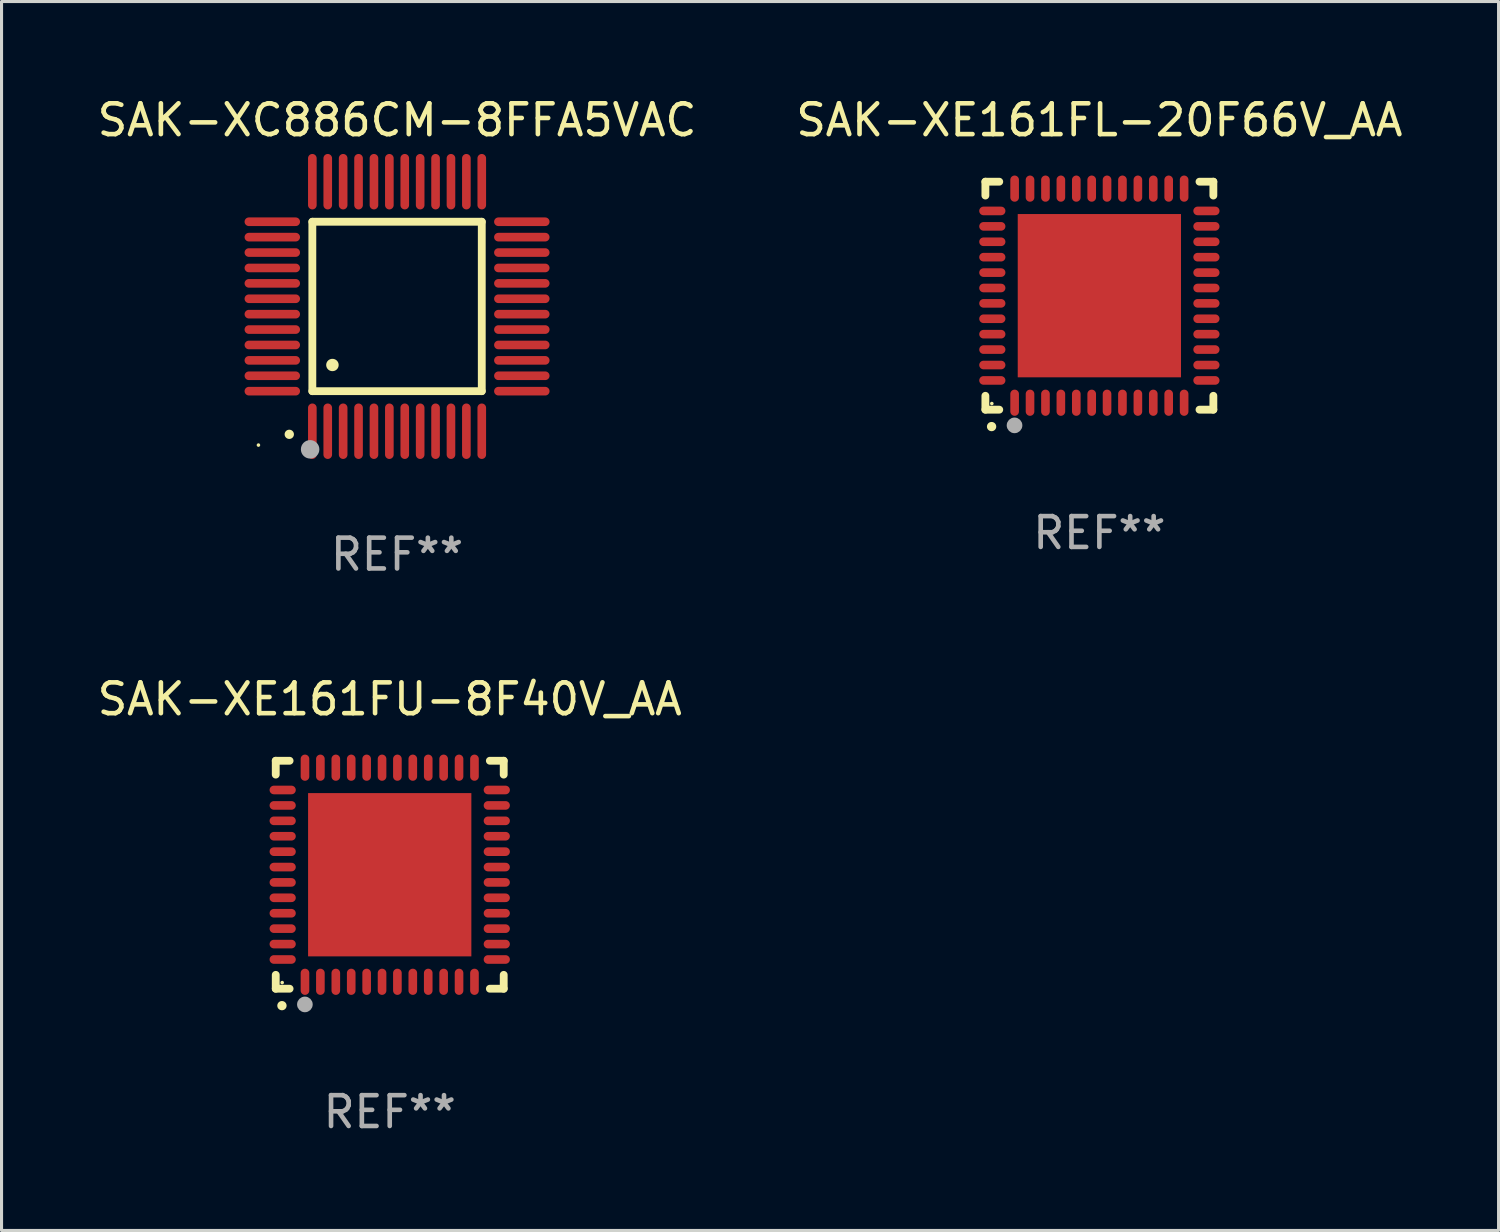
<source format=kicad_pcb>
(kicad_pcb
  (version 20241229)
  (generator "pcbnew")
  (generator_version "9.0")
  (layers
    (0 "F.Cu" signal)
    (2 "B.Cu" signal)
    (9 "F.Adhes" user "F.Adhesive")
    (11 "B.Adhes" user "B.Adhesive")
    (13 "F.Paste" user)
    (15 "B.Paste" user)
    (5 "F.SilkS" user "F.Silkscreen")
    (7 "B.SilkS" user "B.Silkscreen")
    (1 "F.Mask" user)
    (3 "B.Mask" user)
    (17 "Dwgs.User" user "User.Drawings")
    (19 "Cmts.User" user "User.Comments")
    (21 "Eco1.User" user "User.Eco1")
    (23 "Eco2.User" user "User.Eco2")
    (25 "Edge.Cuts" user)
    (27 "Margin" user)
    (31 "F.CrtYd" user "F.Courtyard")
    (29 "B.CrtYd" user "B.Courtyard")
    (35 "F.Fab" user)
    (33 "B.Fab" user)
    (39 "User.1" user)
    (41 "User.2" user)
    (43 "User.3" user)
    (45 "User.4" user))
  (footprint "SAK-XC886CM-8FFA5VAC"
    (layer "F.Cu")
    (at 9.839 6.898)
    (property "Reference" "SAK-XC886CM-8FFA5VAC" (at 0 -6.05 0) (layer "F.SilkS") (effects (font (size 1 1) (thickness 0.15))))
    (attr through_hole)
    (fp_line (start -2.75 -2.75) (end 2.75 -2.75) (stroke (width 0.254) (type solid)) (layer "F.SilkS"))
    (fp_line (start -2.75 2.75) (end -2.75 -2.75) (stroke (width 0.254) (type solid)) (layer "F.SilkS"))
    (fp_line (start 2.75 -2.75) (end 2.75 2.75) (stroke (width 0.254) (type solid)) (layer "F.SilkS"))
    (fp_line (start 2.75 2.75) (end -2.75 2.75) (stroke (width 0.254) (type solid)) (layer "F.SilkS"))
    (fp_arc (start -3.500127 4.150368) (mid -3.498857 4.150363) (end -3.497587 4.150368) (stroke (width 0.3) (type solid)) (layer "F.SilkS"))
    (fp_arc (start -2.100584 1.899924) (mid -2.098044 1.899908) (end -2.095504 1.899924) (stroke (width 0.4) (type solid)) (layer "F.SilkS"))
    (fp_circle (center -4.5 4.5) (end -4.47 4.5) (stroke (width 0.06) (type solid)) (fill no) (layer "F.SilkS"))
    (fp_circle (center -2.822 4.638) (end -2.672 4.638) (stroke (width 0.3) (type solid)) (fill no) (layer "F.Fab"))
    (fp_text user "REF**" (at 0 8.05 0) (layer "F.Fab") (effects (font (size 1 1) (thickness 0.15))))
    (pad "1" smd oval (at -2.75 4.05) (size 0.28 1.8) (layers "F.Cu" "F.Mask" "F.Paste"))
    (pad "2" smd oval (at -2.25 4.05) (size 0.28 1.8) (layers "F.Cu" "F.Mask" "F.Paste"))
    (pad "3" smd oval (at -1.75 4.05) (size 0.28 1.8) (layers "F.Cu" "F.Mask" "F.Paste"))
    (pad "4" smd oval (at -1.25 4.05) (size 0.28 1.8) (layers "F.Cu" "F.Mask" "F.Paste"))
    (pad "5" smd oval (at -0.75 4.05) (size 0.28 1.8) (layers "F.Cu" "F.Mask" "F.Paste"))
    (pad "6" smd oval (at -0.25 4.05) (size 0.28 1.8) (layers "F.Cu" "F.Mask" "F.Paste"))
    (pad "7" smd oval (at 0.25 4.05) (size 0.28 1.8) (layers "F.Cu" "F.Mask" "F.Paste"))
    (pad "8" smd oval (at 0.75 4.05) (size 0.28 1.8) (layers "F.Cu" "F.Mask" "F.Paste"))
    (pad "9" smd oval (at 1.25 4.05) (size 0.28 1.8) (layers "F.Cu" "F.Mask" "F.Paste"))
    (pad "10" smd oval (at 1.75 4.05) (size 0.28 1.8) (layers "F.Cu" "F.Mask" "F.Paste"))
    (pad "11" smd oval (at 2.25 4.05) (size 0.28 1.8) (layers "F.Cu" "F.Mask" "F.Paste"))
    (pad "12" smd oval (at 2.75 4.05) (size 0.28 1.8) (layers "F.Cu" "F.Mask" "F.Paste"))
    (pad "13" smd oval (at 4.05 2.75) (size 1.8 0.28) (layers "F.Cu" "F.Mask" "F.Paste"))
    (pad "14" smd oval (at 4.05 2.25) (size 1.8 0.28) (layers "F.Cu" "F.Mask" "F.Paste"))
    (pad "15" smd oval (at 4.05 1.75) (size 1.8 0.28) (layers "F.Cu" "F.Mask" "F.Paste"))
    (pad "16" smd oval (at 4.05 1.25) (size 1.8 0.28) (layers "F.Cu" "F.Mask" "F.Paste"))
    (pad "17" smd oval (at 4.05 0.75) (size 1.8 0.28) (layers "F.Cu" "F.Mask" "F.Paste"))
    (pad "18" smd oval (at 4.05 0.25) (size 1.8 0.28) (layers "F.Cu" "F.Mask" "F.Paste"))
    (pad "19" smd oval (at 4.05 -0.25) (size 1.8 0.28) (layers "F.Cu" "F.Mask" "F.Paste"))
    (pad "20" smd oval (at 4.05 -0.75) (size 1.8 0.28) (layers "F.Cu" "F.Mask" "F.Paste"))
    (pad "21" smd oval (at 4.05 -1.25) (size 1.8 0.28) (layers "F.Cu" "F.Mask" "F.Paste"))
    (pad "22" smd oval (at 4.05 -1.75) (size 1.8 0.28) (layers "F.Cu" "F.Mask" "F.Paste"))
    (pad "23" smd oval (at 4.05 -2.25) (size 1.8 0.28) (layers "F.Cu" "F.Mask" "F.Paste"))
    (pad "24" smd oval (at 4.05 -2.75) (size 1.8 0.28) (layers "F.Cu" "F.Mask" "F.Paste"))
    (pad "25" smd oval (at 2.75 -4.05) (size 0.28 1.8) (layers "F.Cu" "F.Mask" "F.Paste"))
    (pad "26" smd oval (at 2.25 -4.05) (size 0.28 1.8) (layers "F.Cu" "F.Mask" "F.Paste"))
    (pad "27" smd oval (at 1.75 -4.05) (size 0.28 1.8) (layers "F.Cu" "F.Mask" "F.Paste"))
    (pad "28" smd oval (at 1.25 -4.05) (size 0.28 1.8) (layers "F.Cu" "F.Mask" "F.Paste"))
    (pad "29" smd oval (at 0.75 -4.05) (size 0.28 1.8) (layers "F.Cu" "F.Mask" "F.Paste"))
    (pad "30" smd oval (at 0.25 -4.05) (size 0.28 1.8) (layers "F.Cu" "F.Mask" "F.Paste"))
    (pad "31" smd oval (at -0.25 -4.05) (size 0.28 1.8) (layers "F.Cu" "F.Mask" "F.Paste"))
    (pad "32" smd oval (at -0.75 -4.05) (size 0.28 1.8) (layers "F.Cu" "F.Mask" "F.Paste"))
    (pad "33" smd oval (at -1.25 -4.05) (size 0.28 1.8) (layers "F.Cu" "F.Mask" "F.Paste"))
    (pad "34" smd oval (at -1.75 -4.05) (size 0.28 1.8) (layers "F.Cu" "F.Mask" "F.Paste"))
    (pad "35" smd oval (at -2.25 -4.05) (size 0.28 1.8) (layers "F.Cu" "F.Mask" "F.Paste"))
    (pad "36" smd oval (at -2.75 -4.05) (size 0.28 1.8) (layers "F.Cu" "F.Mask" "F.Paste"))
    (pad "37" smd oval (at -4.05 -2.75) (size 1.8 0.28) (layers "F.Cu" "F.Mask" "F.Paste"))
    (pad "38" smd oval (at -4.05 -2.25) (size 1.8 0.28) (layers "F.Cu" "F.Mask" "F.Paste"))
    (pad "39" smd oval (at -4.05 -1.75) (size 1.8 0.28) (layers "F.Cu" "F.Mask" "F.Paste"))
    (pad "40" smd oval (at -4.05 -1.25) (size 1.8 0.28) (layers "F.Cu" "F.Mask" "F.Paste"))
    (pad "41" smd oval (at -4.05 -0.75) (size 1.8 0.28) (layers "F.Cu" "F.Mask" "F.Paste"))
    (pad "42" smd oval (at -4.05 -0.25) (size 1.8 0.28) (layers "F.Cu" "F.Mask" "F.Paste"))
    (pad "43" smd oval (at -4.05 0.25) (size 1.8 0.28) (layers "F.Cu" "F.Mask" "F.Paste"))
    (pad "44" smd oval (at -4.05 0.75) (size 1.8 0.28) (layers "F.Cu" "F.Mask" "F.Paste"))
    (pad "45" smd oval (at -4.05 1.25) (size 1.8 0.28) (layers "F.Cu" "F.Mask" "F.Paste"))
    (pad "46" smd oval (at -4.05 1.75) (size 1.8 0.28) (layers "F.Cu" "F.Mask" "F.Paste"))
    (pad "47" smd oval (at -4.05 2.25) (size 1.8 0.28) (layers "F.Cu" "F.Mask" "F.Paste"))
    (pad "48" smd oval (at -4.05 2.75) (size 1.8 0.28) (layers "F.Cu" "F.Mask" "F.Paste")))
  (footprint "SAK-XE161FU-8F40V_AA"
    (layer "F.Cu")
    (at 9.601 25.345)
    (property "Reference" "SAK-XE161FU-8F40V_AA" (at 0 -5.7 0) (layer "F.SilkS") (effects (font (size 1 1) (thickness 0.15))))
    (attr through_hole)
    (fp_line (start -3.7 -3.7) (end -3.25 -3.7) (stroke (width 0.254) (type solid)) (layer "F.SilkS"))
    (fp_line (start -3.7 -3.25) (end -3.7 -3.7) (stroke (width 0.254) (type solid)) (layer "F.SilkS"))
    (fp_line (start -3.7 3.7) (end -3.7 3.25) (stroke (width 0.254) (type solid)) (layer "F.SilkS"))
    (fp_line (start -3.25 3.7) (end -3.7 3.7) (stroke (width 0.254) (type solid)) (layer "F.SilkS"))
    (fp_line (start 3.25 3.7) (end 3.7 3.7) (stroke (width 0.254) (type solid)) (layer "F.SilkS"))
    (fp_line (start 3.7 -3.7) (end 3.25 -3.7) (stroke (width 0.254) (type solid)) (layer "F.SilkS"))
    (fp_line (start 3.7 -3.25) (end 3.7 -3.7) (stroke (width 0.254) (type solid)) (layer "F.SilkS"))
    (fp_line (start 3.7 3.7) (end 3.7 3.25) (stroke (width 0.254) (type solid)) (layer "F.SilkS"))
    (fp_arc (start -3.500127 4.249428) (mid -3.498857 4.249423) (end -3.497587 4.249428) (stroke (width 0.3) (type solid)) (layer "F.SilkS"))
    (fp_circle (center -3.491 3.501) (end -3.461 3.501) (stroke (width 0.06) (type solid)) (fill no) (layer "F.SilkS"))
    (fp_circle (center -2.754 4.21) (end -2.627 4.21) (stroke (width 0.254) (type solid)) (fill no) (layer "F.Fab"))
    (fp_text user "REF**" (at 0 7.7 0) (layer "F.Fab") (effects (font (size 1 1) (thickness 0.15))))
    (pad "1" smd oval (at -2.751 3.475) (size 0.28 0.85) (layers "F.Cu" "F.Mask" "F.Paste"))
    (pad "2" smd oval (at -2.251 3.475) (size 0.28 0.85) (layers "F.Cu" "F.Mask" "F.Paste"))
    (pad "3" smd oval (at -1.75 3.475) (size 0.28 0.85) (layers "F.Cu" "F.Mask" "F.Paste"))
    (pad "4" smd oval (at -1.25 3.475) (size 0.28 0.85) (layers "F.Cu" "F.Mask" "F.Paste"))
    (pad "5" smd oval (at -0.749 3.475) (size 0.28 0.85) (layers "F.Cu" "F.Mask" "F.Paste"))
    (pad "6" smd oval (at -0.249 3.475) (size 0.28 0.85) (layers "F.Cu" "F.Mask" "F.Paste"))
    (pad "7" smd oval (at 0.249 3.475) (size 0.28 0.85) (layers "F.Cu" "F.Mask" "F.Paste"))
    (pad "8" smd oval (at 0.749 3.475) (size 0.28 0.85) (layers "F.Cu" "F.Mask" "F.Paste"))
    (pad "9" smd oval (at 1.25 3.475) (size 0.28 0.85) (layers "F.Cu" "F.Mask" "F.Paste"))
    (pad "10" smd oval (at 1.75 3.475) (size 0.28 0.85) (layers "F.Cu" "F.Mask" "F.Paste"))
    (pad "11" smd oval (at 2.25 3.475) (size 0.28 0.85) (layers "F.Cu" "F.Mask" "F.Paste"))
    (pad "12" smd oval (at 2.751 3.475) (size 0.28 0.85) (layers "F.Cu" "F.Mask" "F.Paste"))
    (pad "13" smd oval (at 3.475 2.751) (size 0.85 0.28) (layers "F.Cu" "F.Mask" "F.Paste"))
    (pad "14" smd oval (at 3.475 2.251) (size 0.85 0.28) (layers "F.Cu" "F.Mask" "F.Paste"))
    (pad "15" smd oval (at 3.475 1.75) (size 0.85 0.28) (layers "F.Cu" "F.Mask" "F.Paste"))
    (pad "16" smd oval (at 3.475 1.25) (size 0.85 0.28) (layers "F.Cu" "F.Mask" "F.Paste"))
    (pad "17" smd oval (at 3.475 0.749) (size 0.85 0.28) (layers "F.Cu" "F.Mask" "F.Paste"))
    (pad "18" smd oval (at 3.475 0.249) (size 0.85 0.28) (layers "F.Cu" "F.Mask" "F.Paste"))
    (pad "19" smd oval (at 3.475 -0.249) (size 0.85 0.28) (layers "F.Cu" "F.Mask" "F.Paste"))
    (pad "20" smd oval (at 3.475 -0.749) (size 0.85 0.28) (layers "F.Cu" "F.Mask" "F.Paste"))
    (pad "21" smd oval (at 3.475 -1.25) (size 0.85 0.28) (layers "F.Cu" "F.Mask" "F.Paste"))
    (pad "22" smd oval (at 3.475 -1.75) (size 0.85 0.28) (layers "F.Cu" "F.Mask" "F.Paste"))
    (pad "23" smd oval (at 3.475 -2.25) (size 0.85 0.28) (layers "F.Cu" "F.Mask" "F.Paste"))
    (pad "24" smd oval (at 3.475 -2.751) (size 0.85 0.28) (layers "F.Cu" "F.Mask" "F.Paste"))
    (pad "25" smd oval (at 2.751 -3.475) (size 0.28 0.85) (layers "F.Cu" "F.Mask" "F.Paste"))
    (pad "26" smd oval (at 2.25 -3.475) (size 0.28 0.85) (layers "F.Cu" "F.Mask" "F.Paste"))
    (pad "27" smd oval (at 1.75 -3.475) (size 0.28 0.85) (layers "F.Cu" "F.Mask" "F.Paste"))
    (pad "28" smd oval (at 1.25 -3.475) (size 0.28 0.85) (layers "F.Cu" "F.Mask" "F.Paste"))
    (pad "29" smd oval (at 0.749 -3.475) (size 0.28 0.85) (layers "F.Cu" "F.Mask" "F.Paste"))
    (pad "30" smd oval (at 0.249 -3.475) (size 0.28 0.85) (layers "F.Cu" "F.Mask" "F.Paste"))
    (pad "31" smd oval (at -0.249 -3.475) (size 0.28 0.85) (layers "F.Cu" "F.Mask" "F.Paste"))
    (pad "32" smd oval (at -0.749 -3.475) (size 0.28 0.85) (layers "F.Cu" "F.Mask" "F.Paste"))
    (pad "33" smd oval (at -1.25 -3.475) (size 0.28 0.85) (layers "F.Cu" "F.Mask" "F.Paste"))
    (pad "34" smd oval (at -1.75 -3.475) (size 0.28 0.85) (layers "F.Cu" "F.Mask" "F.Paste"))
    (pad "35" smd oval (at -2.251 -3.475) (size 0.28 0.85) (layers "F.Cu" "F.Mask" "F.Paste"))
    (pad "36" smd oval (at -2.751 -3.475) (size 0.28 0.85) (layers "F.Cu" "F.Mask" "F.Paste"))
    (pad "37" smd oval (at -3.475 -2.751) (size 0.85 0.28) (layers "F.Cu" "F.Mask" "F.Paste"))
    (pad "38" smd oval (at -3.475 -2.25) (size 0.85 0.28) (layers "F.Cu" "F.Mask" "F.Paste"))
    (pad "39" smd oval (at -3.475 -1.75) (size 0.85 0.28) (layers "F.Cu" "F.Mask" "F.Paste"))
    (pad "40" smd oval (at -3.475 -1.25) (size 0.85 0.28) (layers "F.Cu" "F.Mask" "F.Paste"))
    (pad "41" smd oval (at -3.475 -0.749) (size 0.85 0.28) (layers "F.Cu" "F.Mask" "F.Paste"))
    (pad "42" smd oval (at -3.475 -0.249) (size 0.85 0.28) (layers "F.Cu" "F.Mask" "F.Paste"))
    (pad "43" smd oval (at -3.475 0.249) (size 0.85 0.28) (layers "F.Cu" "F.Mask" "F.Paste"))
    (pad "44" smd oval (at -3.475 0.749) (size 0.85 0.28) (layers "F.Cu" "F.Mask" "F.Paste"))
    (pad "45" smd oval (at -3.475 1.25) (size 0.85 0.28) (layers "F.Cu" "F.Mask" "F.Paste"))
    (pad "46" smd oval (at -3.475 1.75) (size 0.85 0.28) (layers "F.Cu" "F.Mask" "F.Paste"))
    (pad "47" smd oval (at -3.475 2.251) (size 0.85 0.28) (layers "F.Cu" "F.Mask" "F.Paste"))
    (pad "48" smd oval (at -3.475 2.751) (size 0.85 0.28) (layers "F.Cu" "F.Mask" "F.Paste"))
    (pad "49" smd rect (at -0.000102 0.000102) (size 5.3 5.3) (layers "F.Cu" "F.Mask" "F.Paste")))
  (footprint "SAK-XE161FL-20F66V_AA"
    (layer "F.Cu")
    (at 32.637 6.548)
    (property "Reference" "SAK-XE161FL-20F66V_AA" (at 0 -5.7 0) (layer "F.SilkS") (effects (font (size 1 1) (thickness 0.15))))
    (attr through_hole)
    (fp_line (start -3.7 -3.7) (end -3.25 -3.7) (stroke (width 0.254) (type solid)) (layer "F.SilkS"))
    (fp_line (start -3.7 -3.25) (end -3.7 -3.7) (stroke (width 0.254) (type solid)) (layer "F.SilkS"))
    (fp_line (start -3.7 3.7) (end -3.7 3.25) (stroke (width 0.254) (type solid)) (layer "F.SilkS"))
    (fp_line (start -3.25 3.7) (end -3.7 3.7) (stroke (width 0.254) (type solid)) (layer "F.SilkS"))
    (fp_line (start 3.25 3.7) (end 3.7 3.7) (stroke (width 0.254) (type solid)) (layer "F.SilkS"))
    (fp_line (start 3.7 -3.7) (end 3.25 -3.7) (stroke (width 0.254) (type solid)) (layer "F.SilkS"))
    (fp_line (start 3.7 -3.25) (end 3.7 -3.7) (stroke (width 0.254) (type solid)) (layer "F.SilkS"))
    (fp_line (start 3.7 3.7) (end 3.7 3.25) (stroke (width 0.254) (type solid)) (layer "F.SilkS"))
    (fp_arc (start -3.500127 4.249428) (mid -3.498857 4.249423) (end -3.497587 4.249428) (stroke (width 0.3) (type solid)) (layer "F.SilkS"))
    (fp_circle (center -3.491 3.501) (end -3.461 3.501) (stroke (width 0.06) (type solid)) (fill no) (layer "F.SilkS"))
    (fp_circle (center -2.754 4.21) (end -2.627 4.21) (stroke (width 0.254) (type solid)) (fill no) (layer "F.Fab"))
    (fp_text user "REF**" (at 0 7.7 0) (layer "F.Fab") (effects (font (size 1 1) (thickness 0.15))))
    (pad "1" smd oval (at -2.751 3.475) (size 0.28 0.85) (layers "F.Cu" "F.Mask" "F.Paste"))
    (pad "2" smd oval (at -2.251 3.475) (size 0.28 0.85) (layers "F.Cu" "F.Mask" "F.Paste"))
    (pad "3" smd oval (at -1.75 3.475) (size 0.28 0.85) (layers "F.Cu" "F.Mask" "F.Paste"))
    (pad "4" smd oval (at -1.25 3.475) (size 0.28 0.85) (layers "F.Cu" "F.Mask" "F.Paste"))
    (pad "5" smd oval (at -0.749 3.475) (size 0.28 0.85) (layers "F.Cu" "F.Mask" "F.Paste"))
    (pad "6" smd oval (at -0.249 3.475) (size 0.28 0.85) (layers "F.Cu" "F.Mask" "F.Paste"))
    (pad "7" smd oval (at 0.249 3.475) (size 0.28 0.85) (layers "F.Cu" "F.Mask" "F.Paste"))
    (pad "8" smd oval (at 0.749 3.475) (size 0.28 0.85) (layers "F.Cu" "F.Mask" "F.Paste"))
    (pad "9" smd oval (at 1.25 3.475) (size 0.28 0.85) (layers "F.Cu" "F.Mask" "F.Paste"))
    (pad "10" smd oval (at 1.75 3.475) (size 0.28 0.85) (layers "F.Cu" "F.Mask" "F.Paste"))
    (pad "11" smd oval (at 2.25 3.475) (size 0.28 0.85) (layers "F.Cu" "F.Mask" "F.Paste"))
    (pad "12" smd oval (at 2.751 3.475) (size 0.28 0.85) (layers "F.Cu" "F.Mask" "F.Paste"))
    (pad "13" smd oval (at 3.475 2.751) (size 0.85 0.28) (layers "F.Cu" "F.Mask" "F.Paste"))
    (pad "14" smd oval (at 3.475 2.251) (size 0.85 0.28) (layers "F.Cu" "F.Mask" "F.Paste"))
    (pad "15" smd oval (at 3.475 1.75) (size 0.85 0.28) (layers "F.Cu" "F.Mask" "F.Paste"))
    (pad "16" smd oval (at 3.475 1.25) (size 0.85 0.28) (layers "F.Cu" "F.Mask" "F.Paste"))
    (pad "17" smd oval (at 3.475 0.749) (size 0.85 0.28) (layers "F.Cu" "F.Mask" "F.Paste"))
    (pad "18" smd oval (at 3.475 0.249) (size 0.85 0.28) (layers "F.Cu" "F.Mask" "F.Paste"))
    (pad "19" smd oval (at 3.475 -0.249) (size 0.85 0.28) (layers "F.Cu" "F.Mask" "F.Paste"))
    (pad "20" smd oval (at 3.475 -0.749) (size 0.85 0.28) (layers "F.Cu" "F.Mask" "F.Paste"))
    (pad "21" smd oval (at 3.475 -1.25) (size 0.85 0.28) (layers "F.Cu" "F.Mask" "F.Paste"))
    (pad "22" smd oval (at 3.475 -1.75) (size 0.85 0.28) (layers "F.Cu" "F.Mask" "F.Paste"))
    (pad "23" smd oval (at 3.475 -2.25) (size 0.85 0.28) (layers "F.Cu" "F.Mask" "F.Paste"))
    (pad "24" smd oval (at 3.475 -2.751) (size 0.85 0.28) (layers "F.Cu" "F.Mask" "F.Paste"))
    (pad "25" smd oval (at 2.751 -3.475) (size 0.28 0.85) (layers "F.Cu" "F.Mask" "F.Paste"))
    (pad "26" smd oval (at 2.25 -3.475) (size 0.28 0.85) (layers "F.Cu" "F.Mask" "F.Paste"))
    (pad "27" smd oval (at 1.75 -3.475) (size 0.28 0.85) (layers "F.Cu" "F.Mask" "F.Paste"))
    (pad "28" smd oval (at 1.25 -3.475) (size 0.28 0.85) (layers "F.Cu" "F.Mask" "F.Paste"))
    (pad "29" smd oval (at 0.749 -3.475) (size 0.28 0.85) (layers "F.Cu" "F.Mask" "F.Paste"))
    (pad "30" smd oval (at 0.249 -3.475) (size 0.28 0.85) (layers "F.Cu" "F.Mask" "F.Paste"))
    (pad "31" smd oval (at -0.249 -3.475) (size 0.28 0.85) (layers "F.Cu" "F.Mask" "F.Paste"))
    (pad "32" smd oval (at -0.749 -3.475) (size 0.28 0.85) (layers "F.Cu" "F.Mask" "F.Paste"))
    (pad "33" smd oval (at -1.25 -3.475) (size 0.28 0.85) (layers "F.Cu" "F.Mask" "F.Paste"))
    (pad "34" smd oval (at -1.75 -3.475) (size 0.28 0.85) (layers "F.Cu" "F.Mask" "F.Paste"))
    (pad "35" smd oval (at -2.251 -3.475) (size 0.28 0.85) (layers "F.Cu" "F.Mask" "F.Paste"))
    (pad "36" smd oval (at -2.751 -3.475) (size 0.28 0.85) (layers "F.Cu" "F.Mask" "F.Paste"))
    (pad "37" smd oval (at -3.475 -2.751) (size 0.85 0.28) (layers "F.Cu" "F.Mask" "F.Paste"))
    (pad "38" smd oval (at -3.475 -2.25) (size 0.85 0.28) (layers "F.Cu" "F.Mask" "F.Paste"))
    (pad "39" smd oval (at -3.475 -1.75) (size 0.85 0.28) (layers "F.Cu" "F.Mask" "F.Paste"))
    (pad "40" smd oval (at -3.475 -1.25) (size 0.85 0.28) (layers "F.Cu" "F.Mask" "F.Paste"))
    (pad "41" smd oval (at -3.475 -0.749) (size 0.85 0.28) (layers "F.Cu" "F.Mask" "F.Paste"))
    (pad "42" smd oval (at -3.475 -0.249) (size 0.85 0.28) (layers "F.Cu" "F.Mask" "F.Paste"))
    (pad "43" smd oval (at -3.475 0.249) (size 0.85 0.28) (layers "F.Cu" "F.Mask" "F.Paste"))
    (pad "44" smd oval (at -3.475 0.749) (size 0.85 0.28) (layers "F.Cu" "F.Mask" "F.Paste"))
    (pad "45" smd oval (at -3.475 1.25) (size 0.85 0.28) (layers "F.Cu" "F.Mask" "F.Paste"))
    (pad "46" smd oval (at -3.475 1.75) (size 0.85 0.28) (layers "F.Cu" "F.Mask" "F.Paste"))
    (pad "47" smd oval (at -3.475 2.251) (size 0.85 0.28) (layers "F.Cu" "F.Mask" "F.Paste"))
    (pad "48" smd oval (at -3.475 2.751) (size 0.85 0.28) (layers "F.Cu" "F.Mask" "F.Paste"))
    (pad "49" smd rect (at -0.000102 0.000102) (size 5.3 5.3) (layers "F.Cu" "F.Mask" "F.Paste")))
  (gr_rect
    (start -3 -3)
    (end 45.595 36.893)
    (stroke (width 0.1) (type default))
    (fill no)
    (layer "Edge.Cuts")))
</source>
